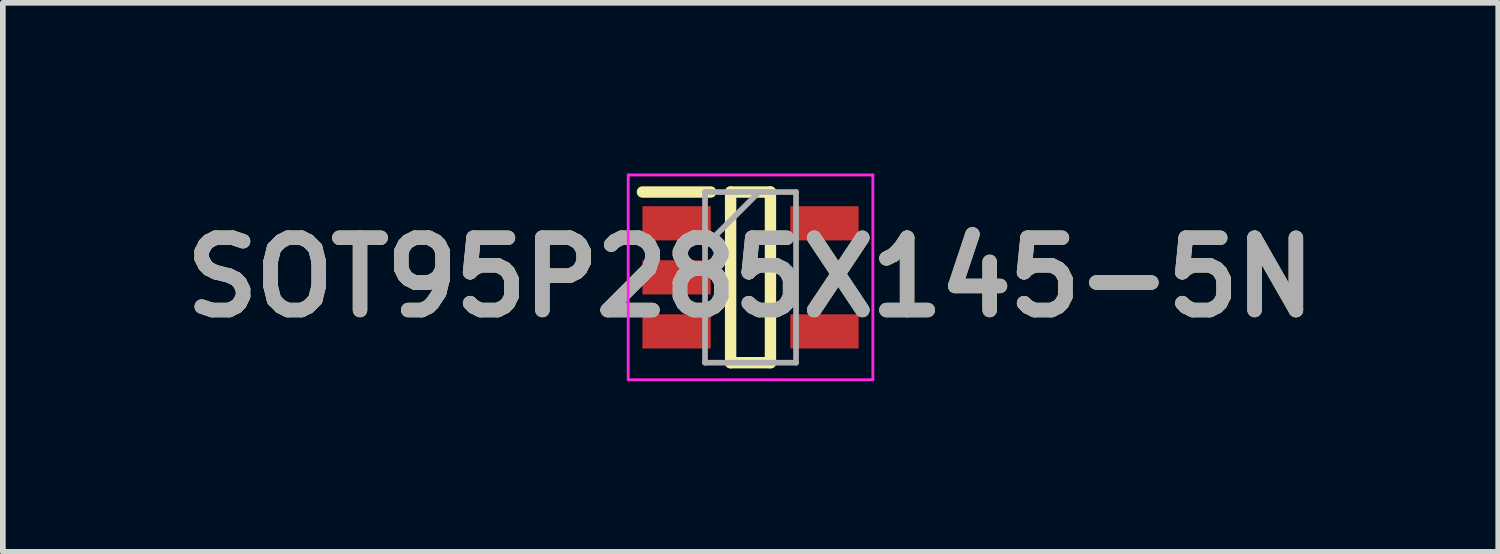
<source format=kicad_pcb>
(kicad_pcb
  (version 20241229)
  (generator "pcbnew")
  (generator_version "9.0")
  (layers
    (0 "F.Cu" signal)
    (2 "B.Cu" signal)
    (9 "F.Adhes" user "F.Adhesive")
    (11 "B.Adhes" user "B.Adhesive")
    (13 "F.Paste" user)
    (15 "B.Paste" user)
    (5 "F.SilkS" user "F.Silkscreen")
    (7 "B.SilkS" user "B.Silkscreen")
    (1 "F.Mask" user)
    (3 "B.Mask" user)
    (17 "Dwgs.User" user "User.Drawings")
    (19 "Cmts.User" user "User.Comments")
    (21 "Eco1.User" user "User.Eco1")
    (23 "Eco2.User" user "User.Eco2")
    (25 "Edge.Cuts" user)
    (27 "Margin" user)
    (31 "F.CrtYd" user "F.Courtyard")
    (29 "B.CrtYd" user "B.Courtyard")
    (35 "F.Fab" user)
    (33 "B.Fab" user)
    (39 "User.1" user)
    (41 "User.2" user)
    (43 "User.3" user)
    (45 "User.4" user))
  (footprint "SOT95P285X145-5N"
    (layer "F.Cu")
    (at 10.142 1.825)
    (property "Reference" "SOT95P285X145-5N" (at 0 0 0) (layer "F.SilkS") (effects (font (size 1.27 1.27) (thickness 0.254))))
    (attr smd)
    (fp_line (start -1.9 -1.5) (end -0.7 -1.5) (stroke (width 0.2) (type solid)) (layer "F.SilkS"))
    (fp_line (start -0.35 -1.5) (end 0.35 -1.5) (stroke (width 0.2) (type solid)) (layer "F.SilkS"))
    (fp_line (start -0.35 1.5) (end -0.35 -1.5) (stroke (width 0.2) (type solid)) (layer "F.SilkS"))
    (fp_line (start 0.35 -1.5) (end 0.35 1.5) (stroke (width 0.2) (type solid)) (layer "F.SilkS"))
    (fp_line (start 0.35 1.5) (end -0.35 1.5) (stroke (width 0.2) (type solid)) (layer "F.SilkS"))
    (fp_line (start -2.15 -1.8) (end 2.15 -1.8) (stroke (width 0.05) (type solid)) (layer "F.CrtYd"))
    (fp_line (start -2.15 1.8) (end -2.15 -1.8) (stroke (width 0.05) (type solid)) (layer "F.CrtYd"))
    (fp_line (start 2.15 -1.8) (end 2.15 1.8) (stroke (width 0.05) (type solid)) (layer "F.CrtYd"))
    (fp_line (start 2.15 1.8) (end -2.15 1.8) (stroke (width 0.05) (type solid)) (layer "F.CrtYd"))
    (fp_line (start -0.8 -1.5) (end 0.8 -1.5) (stroke (width 0.1) (type solid)) (layer "F.Fab"))
    (fp_line (start -0.8 -0.55) (end 0.15 -1.5) (stroke (width 0.1) (type solid)) (layer "F.Fab"))
    (fp_line (start -0.8 1.5) (end -0.8 -1.5) (stroke (width 0.1) (type solid)) (layer "F.Fab"))
    (fp_line (start 0.8 -1.5) (end 0.8 1.5) (stroke (width 0.1) (type solid)) (layer "F.Fab"))
    (fp_line (start 0.8 1.5) (end -0.8 1.5) (stroke (width 0.1) (type solid)) (layer "F.Fab"))
    (fp_text user "${REFERENCE}" (at 0 0 0) (layer "F.Fab") (effects (font (size 1.27 1.27) (thickness 0.254))))
    (pad "1" smd rect (at -1.3 -0.95 90) (size 0.6 1.2) (layers "F.Cu" "F.Mask" "F.Paste"))
    (pad "2" smd rect (at -1.3 0 90) (size 0.6 1.2) (layers "F.Cu" "F.Mask" "F.Paste"))
    (pad "3" smd rect (at -1.3 0.95 90) (size 0.6 1.2) (layers "F.Cu" "F.Mask" "F.Paste"))
    (pad "4" smd rect (at 1.3 0.95 90) (size 0.6 1.2) (layers "F.Cu" "F.Mask" "F.Paste"))
    (pad "5" smd rect (at 1.3 -0.95 90) (size 0.6 1.2) (layers "F.Cu" "F.Mask" "F.Paste")))
  (gr_rect
    (start -3 -3)
    (end 23.284 6.65)
    (stroke (width 0.1) (type default))
    (fill no)
    (layer "Edge.Cuts")))
</source>
